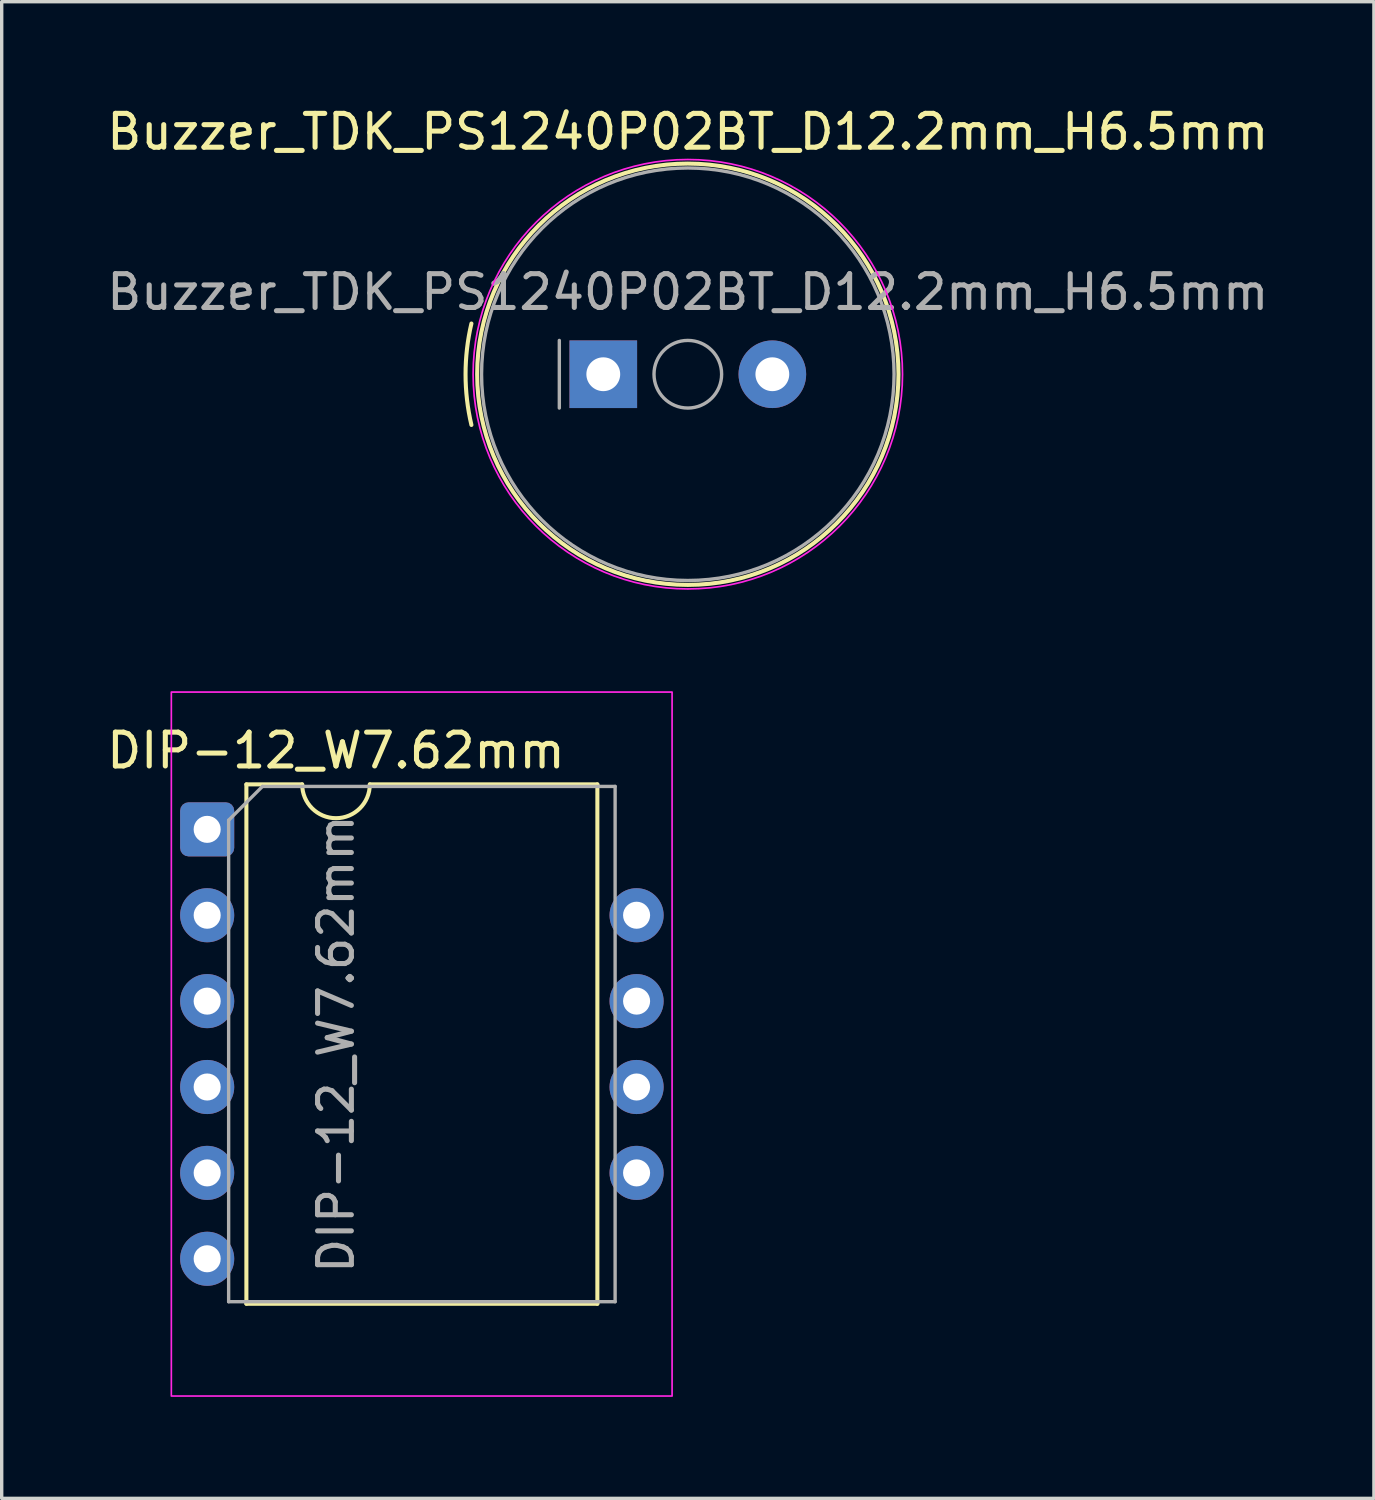
<source format=kicad_pcb>
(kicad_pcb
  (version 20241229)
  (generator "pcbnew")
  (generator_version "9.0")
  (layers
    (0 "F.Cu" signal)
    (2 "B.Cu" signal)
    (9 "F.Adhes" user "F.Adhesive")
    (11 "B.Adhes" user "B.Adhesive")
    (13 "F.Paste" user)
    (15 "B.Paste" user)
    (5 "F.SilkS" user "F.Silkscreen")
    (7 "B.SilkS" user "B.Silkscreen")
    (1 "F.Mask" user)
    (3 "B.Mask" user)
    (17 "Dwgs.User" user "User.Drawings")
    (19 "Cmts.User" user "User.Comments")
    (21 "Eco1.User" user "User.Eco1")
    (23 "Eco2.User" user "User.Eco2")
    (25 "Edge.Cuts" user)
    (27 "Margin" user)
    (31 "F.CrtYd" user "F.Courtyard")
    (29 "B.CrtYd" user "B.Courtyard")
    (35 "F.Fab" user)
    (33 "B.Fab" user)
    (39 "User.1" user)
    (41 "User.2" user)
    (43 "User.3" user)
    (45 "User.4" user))
  (footprint "DIP-12_W7.62mm"
    (layer "F.Cu")
    (at 3.077 21.478)
    (property "Reference" "DIP-12_W7.62mm" (at 3.81 -2.33 0) (layer "F.SilkS") (effects (font (size 1 1) (thickness 0.15))))
    (attr through_hole)
    (fp_line (start 1.16 -1.33) (end 1.16 14.03) (stroke (width 0.12) (type solid)) (layer "F.SilkS"))
    (fp_line (start 1.16 14.03) (end 11.54 14.03) (stroke (width 0.12) (type solid)) (layer "F.SilkS"))
    (fp_line (start 2.81 -1.33) (end 1.16 -1.33) (stroke (width 0.12) (type solid)) (layer "F.SilkS"))
    (fp_line (start 11.54 -1.33) (end 4.81 -1.33) (stroke (width 0.12) (type solid)) (layer "F.SilkS"))
    (fp_line (start 11.54 14.03) (end 11.54 -1.33) (stroke (width 0.12) (type solid)) (layer "F.SilkS"))
    (fp_arc (start 4.81 -1.33) (mid 3.81 -0.33) (end 2.81 -1.33) (stroke (width 0.12) (type solid)) (layer "F.SilkS"))
    (fp_rect (start -1.06 -4.06) (end 13.75 16.76) (stroke (width 0.05) (type solid)) (fill no) (layer "F.CrtYd"))
    (fp_line (start 0.635 -0.27) (end 1.635 -1.27) (stroke (width 0.1) (type solid)) (layer "F.Fab"))
    (fp_line (start 0.635 13.97) (end 0.635 -0.27) (stroke (width 0.1) (type solid)) (layer "F.Fab"))
    (fp_line (start 1.635 -1.27) (end 12.065 -1.27) (stroke (width 0.1) (type solid)) (layer "F.Fab"))
    (fp_line (start 12.065 -1.27) (end 12.065 13.97) (stroke (width 0.1) (type solid)) (layer "F.Fab"))
    (fp_line (start 12.065 13.97) (end 0.635 13.97) (stroke (width 0.1) (type solid)) (layer "F.Fab"))
    (fp_text user "${REFERENCE}" (at 3.81 6.35 90) (layer "F.Fab") (effects (font (size 1 1) (thickness 0.15))))
    (pad "1" thru_hole circle (at 0 7.62 180) (size 1.6 1.6) (drill 0.8) (layers "*.Cu" "*.Mask"))
    (pad "2" thru_hole circle (at 0 2.54 180) (size 1.6 1.6) (drill 0.8) (layers "*.Cu" "*.Mask"))
    (pad "3" thru_hole roundrect (at 0 0 180) (size 1.6 1.6) (drill 0.8) (layers "*.Cu" "*.Mask") (roundrect_rratio 0.156))
    (pad "4" thru_hole circle (at 0 12.7 180) (size 1.6 1.6) (drill 0.8) (layers "*.Cu" "*.Mask"))
    (pad "5" thru_hole circle (at 0 10.16 180) (size 1.6 1.6) (drill 0.8) (layers "*.Cu" "*.Mask"))
    (pad "6" thru_hole circle (at 12.7 7.62 180) (size 1.6 1.6) (drill 0.8) (layers "*.Cu" "*.Mask"))
    (pad "7" thru_hole circle (at 12.7 5.08 180) (size 1.6 1.6) (drill 0.8) (layers "*.Cu" "*.Mask"))
    (pad "8" thru_hole circle (at 12.7 2.54 180) (size 1.6 1.6) (drill 0.8) (layers "*.Cu" "*.Mask"))
    (pad "9" thru_hole circle (at 12.7 10.16 180) (size 1.6 1.6) (drill 0.8) (layers "*.Cu" "*.Mask"))
    (pad "10" thru_hole circle (at 0 5.08 180) (size 1.6 1.6) (drill 0.8) (layers "*.Cu" "*.Mask")))
  (footprint "Buzzer_TDK_PS1240P02BT_D12.2mm_H6.5mm"
    (layer "F.Cu")
    (at 14.792 8.018)
    (property "Reference" "Buzzer_TDK_PS1240P02BT_D12.2mm_H6.5mm" (at 2.5 -7.17 180) (layer "F.SilkS") (effects (font (size 1 1) (thickness 0.15))))
    (attr through_hole)
    (fp_arc (start -3.9 1.499999) (mid -4.073431 0) (end -3.9 -1.5) (stroke (width 0.12) (type solid)) (layer "F.SilkS"))
    (fp_circle (center 2.5 0) (end 8.73 0) (stroke (width 0.12) (type solid)) (fill no) (layer "F.SilkS"))
    (fp_circle (center 2.5 0) (end 8.85 0) (stroke (width 0.05) (type solid)) (fill no) (layer "F.CrtYd"))
    (fp_line (start -1.3 -1) (end -1.3 1) (stroke (width 0.1) (type solid)) (layer "F.Fab"))
    (fp_circle (center 2.5 0) (end 3.5 0) (stroke (width 0.1) (type solid)) (fill no) (layer "F.Fab"))
    (fp_circle (center 2.5 0) (end 8.6 0) (stroke (width 0.1) (type solid)) (fill no) (layer "F.Fab"))
    (fp_text user "${REFERENCE}" (at 2.5 -2.43 180) (layer "F.Fab") (effects (font (size 1 1) (thickness 0.15))))
    (pad "1" thru_hole rect (at 0 0) (size 2 2) (drill 1) (layers "*.Cu" "*.Mask"))
    (pad "2" thru_hole circle (at 5 0) (size 2 2) (drill 1) (layers "*.Cu" "*.Mask")))
  (gr_rect
    (start -3 -3)
    (end 37.583 41.263)
    (stroke (width 0.1) (type default))
    (fill no)
    (layer "Edge.Cuts")))
</source>
